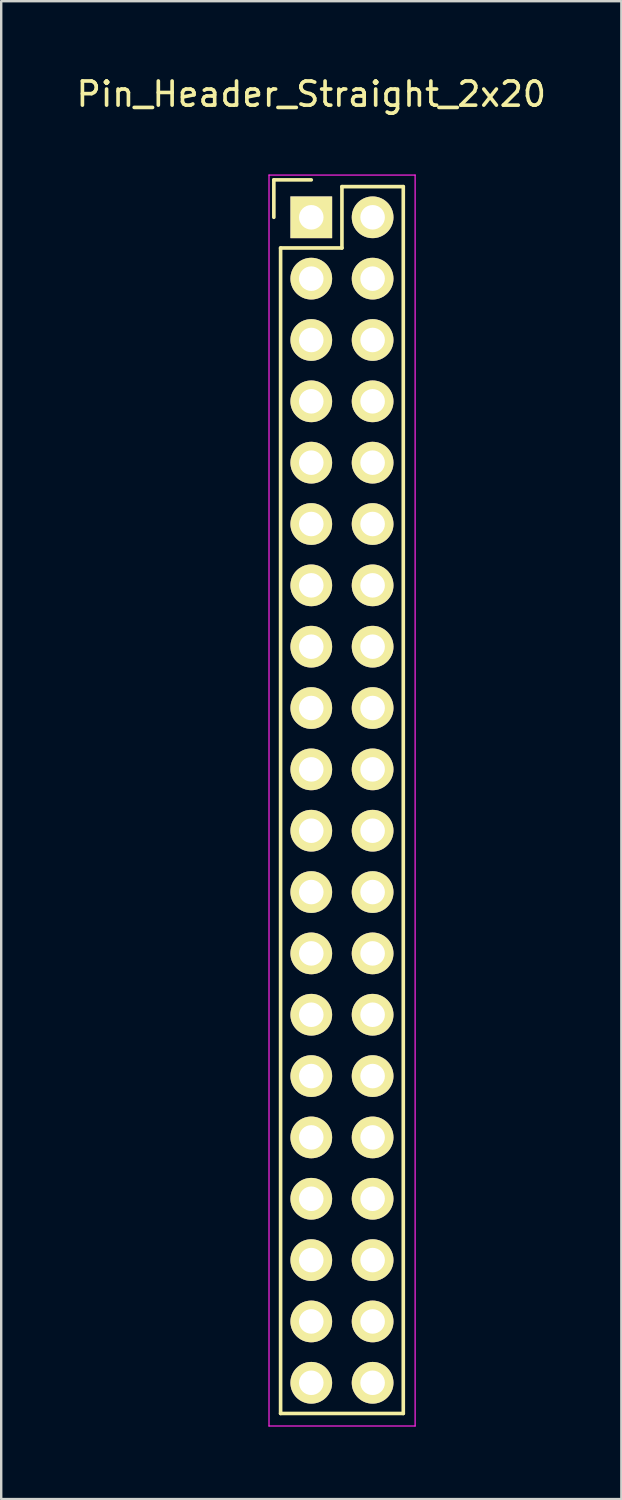
<source format=kicad_pcb>
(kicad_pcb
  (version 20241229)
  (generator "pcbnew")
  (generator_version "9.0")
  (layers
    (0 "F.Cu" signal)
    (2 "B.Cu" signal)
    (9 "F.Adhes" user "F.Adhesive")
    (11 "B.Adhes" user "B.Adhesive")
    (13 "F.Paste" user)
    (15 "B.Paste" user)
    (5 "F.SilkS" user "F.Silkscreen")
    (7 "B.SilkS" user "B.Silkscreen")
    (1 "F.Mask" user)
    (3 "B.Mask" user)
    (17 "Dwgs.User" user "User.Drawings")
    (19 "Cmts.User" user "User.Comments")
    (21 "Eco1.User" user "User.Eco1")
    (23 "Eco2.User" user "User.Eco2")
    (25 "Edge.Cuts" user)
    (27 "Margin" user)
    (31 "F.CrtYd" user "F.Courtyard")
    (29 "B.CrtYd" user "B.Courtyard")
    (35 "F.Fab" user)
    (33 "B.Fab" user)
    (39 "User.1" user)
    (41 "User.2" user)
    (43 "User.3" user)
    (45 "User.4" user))
  (footprint "Pin_Header_Straight_2x20"
    (layer "F.Cu")
    (at 11.109 30.078)
    (property "Reference" "Pin_Header_Straight_2x20" (at -1.27 -29.23 0) (layer "F.SilkS") (effects (font (size 1 1) (thickness 0.15))))
    (attr through_hole)
    (fp_line (start -2.82 -25.68) (end -2.82 -24.13) (stroke (width 0.15) (type solid)) (layer "F.SilkS"))
    (fp_line (start -2.54 -22.86) (end -2.54 25.4) (stroke (width 0.15) (type solid)) (layer "F.SilkS"))
    (fp_line (start -1.27 -25.68) (end -2.82 -25.68) (stroke (width 0.15) (type solid)) (layer "F.SilkS"))
    (fp_line (start 0 -25.4) (end 0 -22.86) (stroke (width 0.15) (type solid)) (layer "F.SilkS"))
    (fp_line (start 0 -22.86) (end -2.54 -22.86) (stroke (width 0.15) (type solid)) (layer "F.SilkS"))
    (fp_line (start 2.54 -25.4) (end 0 -25.4) (stroke (width 0.15) (type solid)) (layer "F.SilkS"))
    (fp_line (start 2.54 25.4) (end -2.54 25.4) (stroke (width 0.15) (type solid)) (layer "F.SilkS"))
    (fp_line (start 2.54 25.4) (end 2.54 -25.4) (stroke (width 0.15) (type solid)) (layer "F.SilkS"))
    (fp_line (start -3.02 -25.88) (end -3.02 25.92) (stroke (width 0.05) (type solid)) (layer "F.CrtYd"))
    (fp_line (start -3.02 -25.88) (end 3.03 -25.88) (stroke (width 0.05) (type solid)) (layer "F.CrtYd"))
    (fp_line (start -3.02 25.92) (end 3.03 25.92) (stroke (width 0.05) (type solid)) (layer "F.CrtYd"))
    (fp_line (start 3.03 -25.88) (end 3.03 25.92) (stroke (width 0.05) (type solid)) (layer "F.CrtYd"))
    (pad "1" thru_hole rect (at -1.27 -24.13) (size 1.727 1.727) (drill 1.016) (layers "*.Cu" "*.Mask" "F.SilkS"))
    (pad "2" thru_hole oval (at 1.27 -24.13) (size 1.727 1.727) (drill 1.016) (layers "*.Cu" "*.Mask" "F.SilkS"))
    (pad "3" thru_hole oval (at -1.27 -21.59) (size 1.727 1.727) (drill 1.016) (layers "*.Cu" "*.Mask" "F.SilkS"))
    (pad "4" thru_hole oval (at 1.27 -21.59) (size 1.727 1.727) (drill 1.016) (layers "*.Cu" "*.Mask" "F.SilkS"))
    (pad "5" thru_hole oval (at -1.27 -19.05) (size 1.727 1.727) (drill 1.016) (layers "*.Cu" "*.Mask" "F.SilkS"))
    (pad "6" thru_hole oval (at 1.27 -19.05) (size 1.727 1.727) (drill 1.016) (layers "*.Cu" "*.Mask" "F.SilkS"))
    (pad "7" thru_hole oval (at -1.27 -16.51) (size 1.727 1.727) (drill 1.016) (layers "*.Cu" "*.Mask" "F.SilkS"))
    (pad "8" thru_hole oval (at 1.27 -16.51) (size 1.727 1.727) (drill 1.016) (layers "*.Cu" "*.Mask" "F.SilkS"))
    (pad "9" thru_hole oval (at -1.27 -13.97) (size 1.727 1.727) (drill 1.016) (layers "*.Cu" "*.Mask" "F.SilkS"))
    (pad "10" thru_hole oval (at 1.27 -13.97) (size 1.727 1.727) (drill 1.016) (layers "*.Cu" "*.Mask" "F.SilkS"))
    (pad "11" thru_hole oval (at -1.27 -11.43) (size 1.727 1.727) (drill 1.016) (layers "*.Cu" "*.Mask" "F.SilkS"))
    (pad "12" thru_hole oval (at 1.27 -11.43) (size 1.727 1.727) (drill 1.016) (layers "*.Cu" "*.Mask" "F.SilkS"))
    (pad "13" thru_hole oval (at -1.27 -8.89) (size 1.727 1.727) (drill 1.016) (layers "*.Cu" "*.Mask" "F.SilkS"))
    (pad "14" thru_hole oval (at 1.27 -8.89) (size 1.727 1.727) (drill 1.016) (layers "*.Cu" "*.Mask" "F.SilkS"))
    (pad "15" thru_hole oval (at -1.27 -6.35) (size 1.727 1.727) (drill 1.016) (layers "*.Cu" "*.Mask" "F.SilkS"))
    (pad "16" thru_hole oval (at 1.27 -6.35) (size 1.727 1.727) (drill 1.016) (layers "*.Cu" "*.Mask" "F.SilkS"))
    (pad "17" thru_hole oval (at -1.27 -3.81) (size 1.727 1.727) (drill 1.016) (layers "*.Cu" "*.Mask" "F.SilkS"))
    (pad "18" thru_hole oval (at 1.27 -3.81) (size 1.727 1.727) (drill 1.016) (layers "*.Cu" "*.Mask" "F.SilkS"))
    (pad "19" thru_hole oval (at -1.27 -1.27) (size 1.727 1.727) (drill 1.016) (layers "*.Cu" "*.Mask" "F.SilkS"))
    (pad "20" thru_hole oval (at 1.27 -1.27) (size 1.727 1.727) (drill 1.016) (layers "*.Cu" "*.Mask" "F.SilkS"))
    (pad "21" thru_hole oval (at -1.27 1.27) (size 1.727 1.727) (drill 1.016) (layers "*.Cu" "*.Mask" "F.SilkS"))
    (pad "22" thru_hole oval (at 1.27 1.27) (size 1.727 1.727) (drill 1.016) (layers "*.Cu" "*.Mask" "F.SilkS"))
    (pad "23" thru_hole oval (at -1.27 3.81) (size 1.727 1.727) (drill 1.016) (layers "*.Cu" "*.Mask" "F.SilkS"))
    (pad "24" thru_hole oval (at 1.27 3.81) (size 1.727 1.727) (drill 1.016) (layers "*.Cu" "*.Mask" "F.SilkS"))
    (pad "25" thru_hole oval (at -1.27 6.35) (size 1.727 1.727) (drill 1.016) (layers "*.Cu" "*.Mask" "F.SilkS"))
    (pad "26" thru_hole oval (at 1.27 6.35) (size 1.727 1.727) (drill 1.016) (layers "*.Cu" "*.Mask" "F.SilkS"))
    (pad "27" thru_hole oval (at -1.27 8.89) (size 1.727 1.727) (drill 1.016) (layers "*.Cu" "*.Mask" "F.SilkS"))
    (pad "28" thru_hole oval (at 1.27 8.89) (size 1.727 1.727) (drill 1.016) (layers "*.Cu" "*.Mask" "F.SilkS"))
    (pad "29" thru_hole oval (at -1.27 11.43) (size 1.727 1.727) (drill 1.016) (layers "*.Cu" "*.Mask" "F.SilkS"))
    (pad "30" thru_hole oval (at 1.27 11.43) (size 1.727 1.727) (drill 1.016) (layers "*.Cu" "*.Mask" "F.SilkS"))
    (pad "31" thru_hole oval (at -1.27 13.97) (size 1.727 1.727) (drill 1.016) (layers "*.Cu" "*.Mask" "F.SilkS"))
    (pad "32" thru_hole oval (at 1.27 13.97) (size 1.727 1.727) (drill 1.016) (layers "*.Cu" "*.Mask" "F.SilkS"))
    (pad "33" thru_hole oval (at -1.27 16.51) (size 1.727 1.727) (drill 1.016) (layers "*.Cu" "*.Mask" "F.SilkS"))
    (pad "34" thru_hole oval (at 1.27 16.51) (size 1.727 1.727) (drill 1.016) (layers "*.Cu" "*.Mask" "F.SilkS"))
    (pad "35" thru_hole oval (at -1.27 19.05) (size 1.727 1.727) (drill 1.016) (layers "*.Cu" "*.Mask" "F.SilkS"))
    (pad "36" thru_hole oval (at 1.27 19.05) (size 1.727 1.727) (drill 1.016) (layers "*.Cu" "*.Mask" "F.SilkS"))
    (pad "37" thru_hole oval (at -1.27 21.59) (size 1.727 1.727) (drill 1.016) (layers "*.Cu" "*.Mask" "F.SilkS"))
    (pad "38" thru_hole oval (at 1.27 21.59) (size 1.727 1.727) (drill 1.016) (layers "*.Cu" "*.Mask" "F.SilkS"))
    (pad "39" thru_hole oval (at -1.27 24.13) (size 1.727 1.727) (drill 1.016) (layers "*.Cu" "*.Mask" "F.SilkS"))
    (pad "40" thru_hole oval (at 1.27 24.13) (size 1.727 1.727) (drill 1.016) (layers "*.Cu" "*.Mask" "F.SilkS")))
  (gr_rect
    (start -3 -3)
    (end 22.679 59.023)
    (stroke (width 0.1) (type default))
    (fill no)
    (layer "Edge.Cuts")))
</source>
